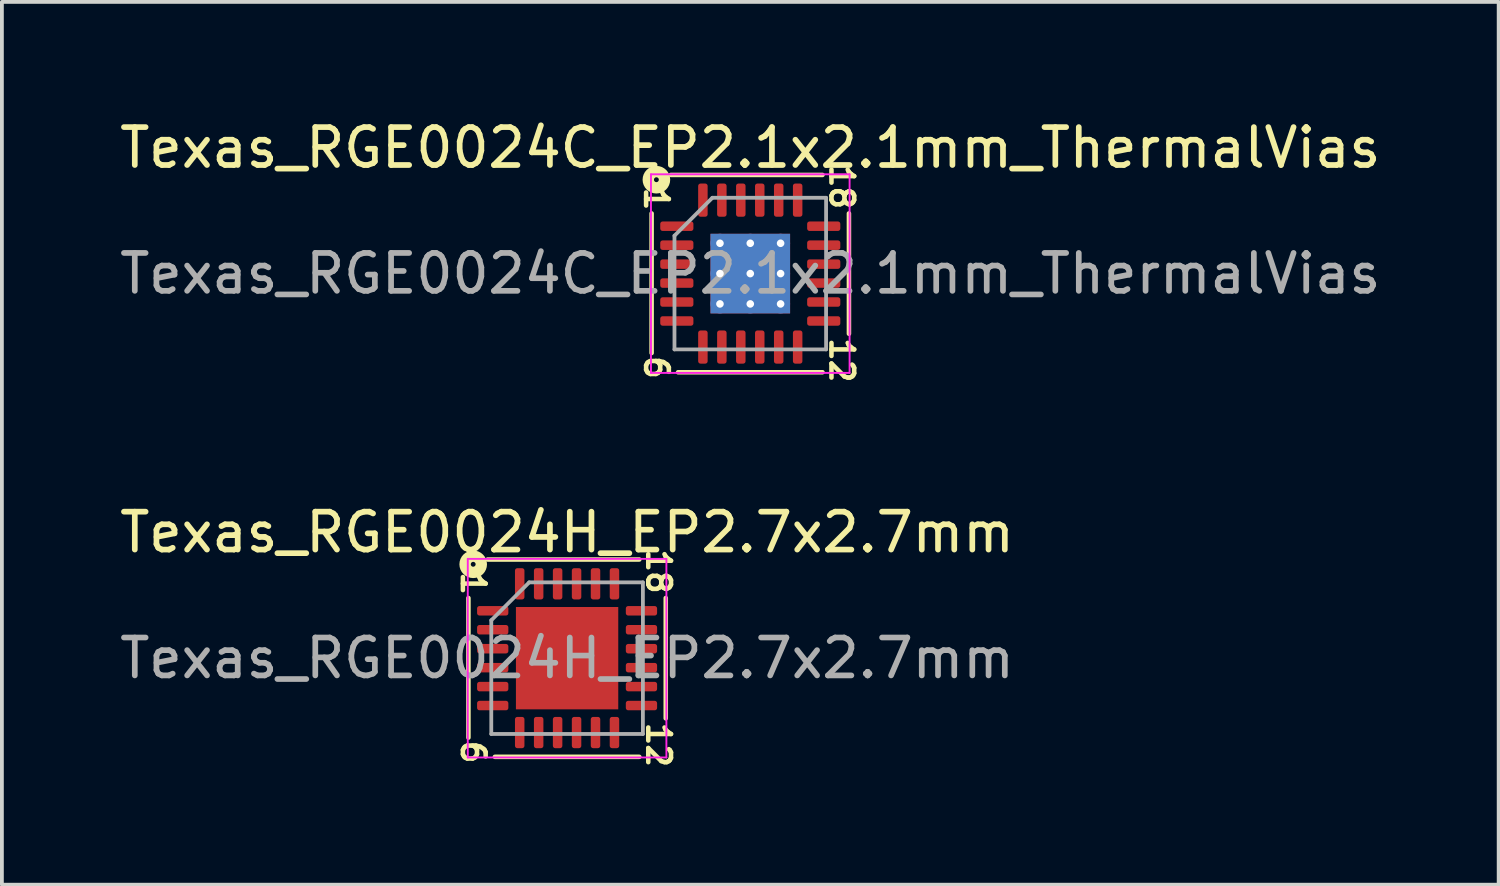
<source format=kicad_pcb>
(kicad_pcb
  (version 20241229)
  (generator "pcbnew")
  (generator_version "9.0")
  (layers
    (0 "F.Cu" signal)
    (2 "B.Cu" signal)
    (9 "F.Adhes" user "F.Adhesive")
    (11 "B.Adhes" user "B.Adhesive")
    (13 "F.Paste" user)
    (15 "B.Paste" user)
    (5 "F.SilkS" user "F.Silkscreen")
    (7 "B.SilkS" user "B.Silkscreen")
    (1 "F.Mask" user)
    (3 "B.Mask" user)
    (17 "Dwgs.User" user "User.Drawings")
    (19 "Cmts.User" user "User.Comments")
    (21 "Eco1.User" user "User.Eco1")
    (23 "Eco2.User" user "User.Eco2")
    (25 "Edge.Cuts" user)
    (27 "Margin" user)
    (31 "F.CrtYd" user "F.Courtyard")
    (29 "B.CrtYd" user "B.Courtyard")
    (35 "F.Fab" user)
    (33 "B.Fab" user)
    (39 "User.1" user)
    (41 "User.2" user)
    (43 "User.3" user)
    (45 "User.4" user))
  (footprint "Texas_RGE0024C_EP2.1x2.1mm_ThermalVias"
    (layer "F.Cu")
    (at 16.744 4.168)
    (property "Reference" "Texas_RGE0024C_EP2.1x2.1mm_ThermalVias" (at 0 -3.32 0) (layer "F.SilkS") (effects (font (size 1 1) (thickness 0.15))))
    (attr smd)
    (fp_line (start -2.603 -1.587) (end -2.603 2.095) (stroke (width 0.12) (type solid)) (layer "F.SilkS"))
    (fp_line (start -1.905 2.603) (end 1.905 2.603) (stroke (width 0.12) (type solid)) (layer "F.SilkS"))
    (fp_line (start 1.905 -2.603) (end -2.095 -2.603) (stroke (width 0.12) (type solid)) (layer "F.SilkS"))
    (fp_line (start 2.603 1.587) (end 2.603 -1.587) (stroke (width 0.12) (type solid)) (layer "F.SilkS"))
    (fp_circle (center -2.477 -2.477) (end -2.413 -2.477) (stroke (width 0.3) (type solid)) (fill no) (layer "F.SilkS"))
    (fp_line (start -2.62 -2.62) (end -2.62 2.62) (stroke (width 0.05) (type solid)) (layer "F.CrtYd"))
    (fp_line (start -2.62 2.62) (end 2.62 2.62) (stroke (width 0.05) (type solid)) (layer "F.CrtYd"))
    (fp_line (start 2.62 -2.62) (end -2.62 -2.62) (stroke (width 0.05) (type solid)) (layer "F.CrtYd"))
    (fp_line (start 2.62 2.62) (end 2.62 -2.62) (stroke (width 0.05) (type solid)) (layer "F.CrtYd"))
    (fp_line (start -2 -1) (end -1 -2) (stroke (width 0.1) (type solid)) (layer "F.Fab"))
    (fp_line (start -2 2) (end -2 -1) (stroke (width 0.1) (type solid)) (layer "F.Fab"))
    (fp_line (start -1 -2) (end 2 -2) (stroke (width 0.1) (type solid)) (layer "F.Fab"))
    (fp_line (start 2 -2) (end 2 2) (stroke (width 0.1) (type solid)) (layer "F.Fab"))
    (fp_line (start 2 2) (end -2 2) (stroke (width 0.1) (type solid)) (layer "F.Fab"))
    (fp_text user "6" (at -2.477 2.477 270) (unlocked yes) (layer "F.SilkS") (effects (font (size 0.6 0.6) (thickness 0.12))))
    (fp_text user "18" (at 2.413 -2.286 270) (unlocked yes) (layer "F.SilkS") (effects (font (size 0.6 0.6) (thickness 0.12))))
    (fp_text user "12" (at 2.413 2.286 270) (unlocked yes) (layer "F.SilkS") (effects (font (size 0.6 0.6) (thickness 0.12))))
    (fp_text user "1" (at -2.477 -1.968 270) (unlocked yes) (layer "F.SilkS") (effects (font (size 0.6 0.6) (thickness 0.12))))
    (fp_text user "${REFERENCE}" (at 0 0 0) (layer "F.Fab") (effects (font (size 1 1) (thickness 0.15))))
    (pad "" smd roundrect (at -0.525 -0.525) (size 0.85 0.85) (layers "F.Paste") (roundrect_rratio 0.25))
    (pad "" smd roundrect (at -0.525 0.525) (size 0.85 0.85) (layers "F.Paste") (roundrect_rratio 0.25))
    (pad "" smd roundrect (at 0.525 -0.525) (size 0.85 0.85) (layers "F.Paste") (roundrect_rratio 0.25))
    (pad "" smd roundrect (at 0.525 0.525) (size 0.85 0.85) (layers "F.Paste") (roundrect_rratio 0.25))
    (pad "1" smd roundrect (at -1.938 -1.25) (size 0.875 0.25) (layers "F.Cu" "F.Mask" "F.Paste") (roundrect_rratio 0.25))
    (pad "2" smd roundrect (at -1.938 -0.75) (size 0.875 0.25) (layers "F.Cu" "F.Mask" "F.Paste") (roundrect_rratio 0.25))
    (pad "3" smd roundrect (at -1.938 -0.25) (size 0.875 0.25) (layers "F.Cu" "F.Mask" "F.Paste") (roundrect_rratio 0.25))
    (pad "4" smd roundrect (at -1.938 0.25) (size 0.875 0.25) (layers "F.Cu" "F.Mask" "F.Paste") (roundrect_rratio 0.25))
    (pad "5" smd roundrect (at -1.938 0.75) (size 0.875 0.25) (layers "F.Cu" "F.Mask" "F.Paste") (roundrect_rratio 0.25))
    (pad "6" smd roundrect (at -1.938 1.25) (size 0.875 0.25) (layers "F.Cu" "F.Mask" "F.Paste") (roundrect_rratio 0.25))
    (pad "7" smd roundrect (at -1.25 1.938) (size 0.25 0.875) (layers "F.Cu" "F.Mask" "F.Paste") (roundrect_rratio 0.25))
    (pad "8" smd roundrect (at -0.75 1.938) (size 0.25 0.875) (layers "F.Cu" "F.Mask" "F.Paste") (roundrect_rratio 0.25))
    (pad "9" smd roundrect (at -0.25 1.938) (size 0.25 0.875) (layers "F.Cu" "F.Mask" "F.Paste") (roundrect_rratio 0.25))
    (pad "10" smd roundrect (at 0.25 1.938) (size 0.25 0.875) (layers "F.Cu" "F.Mask" "F.Paste") (roundrect_rratio 0.25))
    (pad "11" smd roundrect (at 0.75 1.938) (size 0.25 0.875) (layers "F.Cu" "F.Mask" "F.Paste") (roundrect_rratio 0.25))
    (pad "12" smd roundrect (at 1.25 1.938) (size 0.25 0.875) (layers "F.Cu" "F.Mask" "F.Paste") (roundrect_rratio 0.25))
    (pad "13" smd roundrect (at 1.938 1.25) (size 0.875 0.25) (layers "F.Cu" "F.Mask" "F.Paste") (roundrect_rratio 0.25))
    (pad "14" smd roundrect (at 1.938 0.75) (size 0.875 0.25) (layers "F.Cu" "F.Mask" "F.Paste") (roundrect_rratio 0.25))
    (pad "15" smd roundrect (at 1.938 0.25) (size 0.875 0.25) (layers "F.Cu" "F.Mask" "F.Paste") (roundrect_rratio 0.25))
    (pad "16" smd roundrect (at 1.938 -0.25) (size 0.875 0.25) (layers "F.Cu" "F.Mask" "F.Paste") (roundrect_rratio 0.25))
    (pad "17" smd roundrect (at 1.938 -0.75) (size 0.875 0.25) (layers "F.Cu" "F.Mask" "F.Paste") (roundrect_rratio 0.25))
    (pad "18" smd roundrect (at 1.938 -1.25) (size 0.875 0.25) (layers "F.Cu" "F.Mask" "F.Paste") (roundrect_rratio 0.25))
    (pad "19" smd roundrect (at 1.25 -1.938) (size 0.25 0.875) (layers "F.Cu" "F.Mask" "F.Paste") (roundrect_rratio 0.25))
    (pad "20" smd roundrect (at 0.75 -1.938) (size 0.25 0.875) (layers "F.Cu" "F.Mask" "F.Paste") (roundrect_rratio 0.25))
    (pad "21" smd roundrect (at 0.25 -1.938) (size 0.25 0.875) (layers "F.Cu" "F.Mask" "F.Paste") (roundrect_rratio 0.25))
    (pad "22" smd roundrect (at -0.25 -1.938) (size 0.25 0.875) (layers "F.Cu" "F.Mask" "F.Paste") (roundrect_rratio 0.25))
    (pad "23" smd roundrect (at -0.75 -1.938) (size 0.25 0.875) (layers "F.Cu" "F.Mask" "F.Paste") (roundrect_rratio 0.25))
    (pad "24" smd roundrect (at -1.25 -1.938) (size 0.25 0.875) (layers "F.Cu" "F.Mask" "F.Paste") (roundrect_rratio 0.25))
    (pad "25" thru_hole circle (at -0.8 -0.8) (size 0.5 0.5) (drill 0.2) (layers "*.Cu"))
    (pad "25" thru_hole circle (at -0.8 0) (size 0.5 0.5) (drill 0.2) (layers "*.Cu"))
    (pad "25" thru_hole circle (at -0.8 0.8) (size 0.5 0.5) (drill 0.2) (layers "*.Cu"))
    (pad "25" thru_hole circle (at 0 -0.8) (size 0.5 0.5) (drill 0.2) (layers "*.Cu"))
    (pad "25" thru_hole circle (at 0 0) (size 0.5 0.5) (drill 0.2) (layers "*.Cu"))
    (pad "25" smd rect (at 0 0) (size 2.1 2.1) (layers "F.Cu" "F.Mask"))
    (pad "25" smd rect (at 0 0) (size 2.1 2.1) (layers "B.Cu" "B.Mask"))
    (pad "25" thru_hole circle (at 0 0.8) (size 0.5 0.5) (drill 0.2) (layers "*.Cu"))
    (pad "25" thru_hole circle (at 0.8 -0.8) (size 0.5 0.5) (drill 0.2) (layers "*.Cu"))
    (pad "25" thru_hole circle (at 0.8 0) (size 0.5 0.5) (drill 0.2) (layers "*.Cu"))
    (pad "25" thru_hole circle (at 0.8 0.8) (size 0.5 0.5) (drill 0.2) (layers "*.Cu")))
  (footprint "Texas_RGE0024H_EP2.7x2.7mm"
    (layer "F.Cu")
    (at 11.911 14.314)
    (property "Reference" "Texas_RGE0024H_EP2.7x2.7mm" (at 0 -3.32 0) (layer "F.SilkS") (effects (font (size 1 1) (thickness 0.15))))
    (attr smd)
    (fp_line (start -2.603 -1.587) (end -2.603 2.095) (stroke (width 0.12) (type solid)) (layer "F.SilkS"))
    (fp_line (start -1.905 2.603) (end 1.905 2.603) (stroke (width 0.12) (type solid)) (layer "F.SilkS"))
    (fp_line (start 1.905 -2.603) (end -2.095 -2.603) (stroke (width 0.12) (type solid)) (layer "F.SilkS"))
    (fp_line (start 2.603 1.587) (end 2.603 -1.587) (stroke (width 0.12) (type solid)) (layer "F.SilkS"))
    (fp_circle (center -2.477 -2.477) (end -2.413 -2.477) (stroke (width 0.3) (type solid)) (fill no) (layer "F.SilkS"))
    (fp_line (start -2.62 -2.62) (end -2.62 2.62) (stroke (width 0.05) (type solid)) (layer "F.CrtYd"))
    (fp_line (start -2.62 2.62) (end 2.62 2.62) (stroke (width 0.05) (type solid)) (layer "F.CrtYd"))
    (fp_line (start 2.62 -2.62) (end -2.62 -2.62) (stroke (width 0.05) (type solid)) (layer "F.CrtYd"))
    (fp_line (start 2.62 2.62) (end 2.62 -2.62) (stroke (width 0.05) (type solid)) (layer "F.CrtYd"))
    (fp_line (start -2 -1) (end -1 -2) (stroke (width 0.1) (type solid)) (layer "F.Fab"))
    (fp_line (start -2 2) (end -2 -1) (stroke (width 0.1) (type solid)) (layer "F.Fab"))
    (fp_line (start -1 -2) (end 2 -2) (stroke (width 0.1) (type solid)) (layer "F.Fab"))
    (fp_line (start 2 -2) (end 2 2) (stroke (width 0.1) (type solid)) (layer "F.Fab"))
    (fp_line (start 2 2) (end -2 2) (stroke (width 0.1) (type solid)) (layer "F.Fab"))
    (fp_text user "6" (at -2.477 2.477 270) (unlocked yes) (layer "F.SilkS") (effects (font (size 0.6 0.6) (thickness 0.12))))
    (fp_text user "18" (at 2.413 -2.286 270) (unlocked yes) (layer "F.SilkS") (effects (font (size 0.6 0.6) (thickness 0.12))))
    (fp_text user "1" (at -2.477 -1.968 270) (unlocked yes) (layer "F.SilkS") (effects (font (size 0.6 0.6) (thickness 0.12))))
    (fp_text user "12" (at 2.413 2.286 270) (unlocked yes) (layer "F.SilkS") (effects (font (size 0.6 0.6) (thickness 0.12))))
    (fp_text user "${REFERENCE}" (at 0 0 0) (layer "F.Fab") (effects (font (size 1 1) (thickness 0.15))))
    (pad "" smd roundrect (at -0.675 -0.675) (size 1.09 1.09) (layers "F.Paste") (roundrect_rratio 0.229))
    (pad "" smd roundrect (at -0.675 0.675) (size 1.09 1.09) (layers "F.Paste") (roundrect_rratio 0.229))
    (pad "" smd roundrect (at 0.675 -0.675) (size 1.09 1.09) (layers "F.Paste") (roundrect_rratio 0.229))
    (pad "" smd roundrect (at 0.675 0.675) (size 1.09 1.09) (layers "F.Paste") (roundrect_rratio 0.229))
    (pad "1" smd roundrect (at -1.962 -1.25) (size 0.825 0.25) (layers "F.Cu" "F.Mask" "F.Paste") (roundrect_rratio 0.25))
    (pad "2" smd roundrect (at -1.962 -0.75) (size 0.825 0.25) (layers "F.Cu" "F.Mask" "F.Paste") (roundrect_rratio 0.25))
    (pad "3" smd roundrect (at -1.962 -0.25) (size 0.825 0.25) (layers "F.Cu" "F.Mask" "F.Paste") (roundrect_rratio 0.25))
    (pad "4" smd roundrect (at -1.962 0.25) (size 0.825 0.25) (layers "F.Cu" "F.Mask" "F.Paste") (roundrect_rratio 0.25))
    (pad "5" smd roundrect (at -1.962 0.75) (size 0.825 0.25) (layers "F.Cu" "F.Mask" "F.Paste") (roundrect_rratio 0.25))
    (pad "6" smd roundrect (at -1.962 1.25) (size 0.825 0.25) (layers "F.Cu" "F.Mask" "F.Paste") (roundrect_rratio 0.25))
    (pad "7" smd roundrect (at -1.25 1.962) (size 0.25 0.825) (layers "F.Cu" "F.Mask" "F.Paste") (roundrect_rratio 0.25))
    (pad "8" smd roundrect (at -0.75 1.962) (size 0.25 0.825) (layers "F.Cu" "F.Mask" "F.Paste") (roundrect_rratio 0.25))
    (pad "9" smd roundrect (at -0.25 1.962) (size 0.25 0.825) (layers "F.Cu" "F.Mask" "F.Paste") (roundrect_rratio 0.25))
    (pad "10" smd roundrect (at 0.25 1.962) (size 0.25 0.825) (layers "F.Cu" "F.Mask" "F.Paste") (roundrect_rratio 0.25))
    (pad "11" smd roundrect (at 0.75 1.962) (size 0.25 0.825) (layers "F.Cu" "F.Mask" "F.Paste") (roundrect_rratio 0.25))
    (pad "12" smd roundrect (at 1.25 1.962) (size 0.25 0.825) (layers "F.Cu" "F.Mask" "F.Paste") (roundrect_rratio 0.25))
    (pad "13" smd roundrect (at 1.962 1.25) (size 0.825 0.25) (layers "F.Cu" "F.Mask" "F.Paste") (roundrect_rratio 0.25))
    (pad "14" smd roundrect (at 1.962 0.75) (size 0.825 0.25) (layers "F.Cu" "F.Mask" "F.Paste") (roundrect_rratio 0.25))
    (pad "15" smd roundrect (at 1.962 0.25) (size 0.825 0.25) (layers "F.Cu" "F.Mask" "F.Paste") (roundrect_rratio 0.25))
    (pad "16" smd roundrect (at 1.962 -0.25) (size 0.825 0.25) (layers "F.Cu" "F.Mask" "F.Paste") (roundrect_rratio 0.25))
    (pad "17" smd roundrect (at 1.962 -0.75) (size 0.825 0.25) (layers "F.Cu" "F.Mask" "F.Paste") (roundrect_rratio 0.25))
    (pad "18" smd roundrect (at 1.962 -1.25) (size 0.825 0.25) (layers "F.Cu" "F.Mask" "F.Paste") (roundrect_rratio 0.25))
    (pad "19" smd roundrect (at 1.25 -1.962) (size 0.25 0.825) (layers "F.Cu" "F.Mask" "F.Paste") (roundrect_rratio 0.25))
    (pad "20" smd roundrect (at 0.75 -1.962) (size 0.25 0.825) (layers "F.Cu" "F.Mask" "F.Paste") (roundrect_rratio 0.25))
    (pad "21" smd roundrect (at 0.25 -1.962) (size 0.25 0.825) (layers "F.Cu" "F.Mask" "F.Paste") (roundrect_rratio 0.25))
    (pad "22" smd roundrect (at -0.25 -1.962) (size 0.25 0.825) (layers "F.Cu" "F.Mask" "F.Paste") (roundrect_rratio 0.25))
    (pad "23" smd roundrect (at -0.75 -1.962) (size 0.25 0.825) (layers "F.Cu" "F.Mask" "F.Paste") (roundrect_rratio 0.25))
    (pad "24" smd roundrect (at -1.25 -1.962) (size 0.25 0.825) (layers "F.Cu" "F.Mask" "F.Paste") (roundrect_rratio 0.25))
    (pad "25" smd rect (at 0 0) (size 2.7 2.7) (layers "F.Cu" "F.Mask")))
  (gr_rect
    (start -3 -3)
    (end 36.488 20.291)
    (stroke (width 0.1) (type default))
    (fill no)
    (layer "Edge.Cuts")))
</source>
